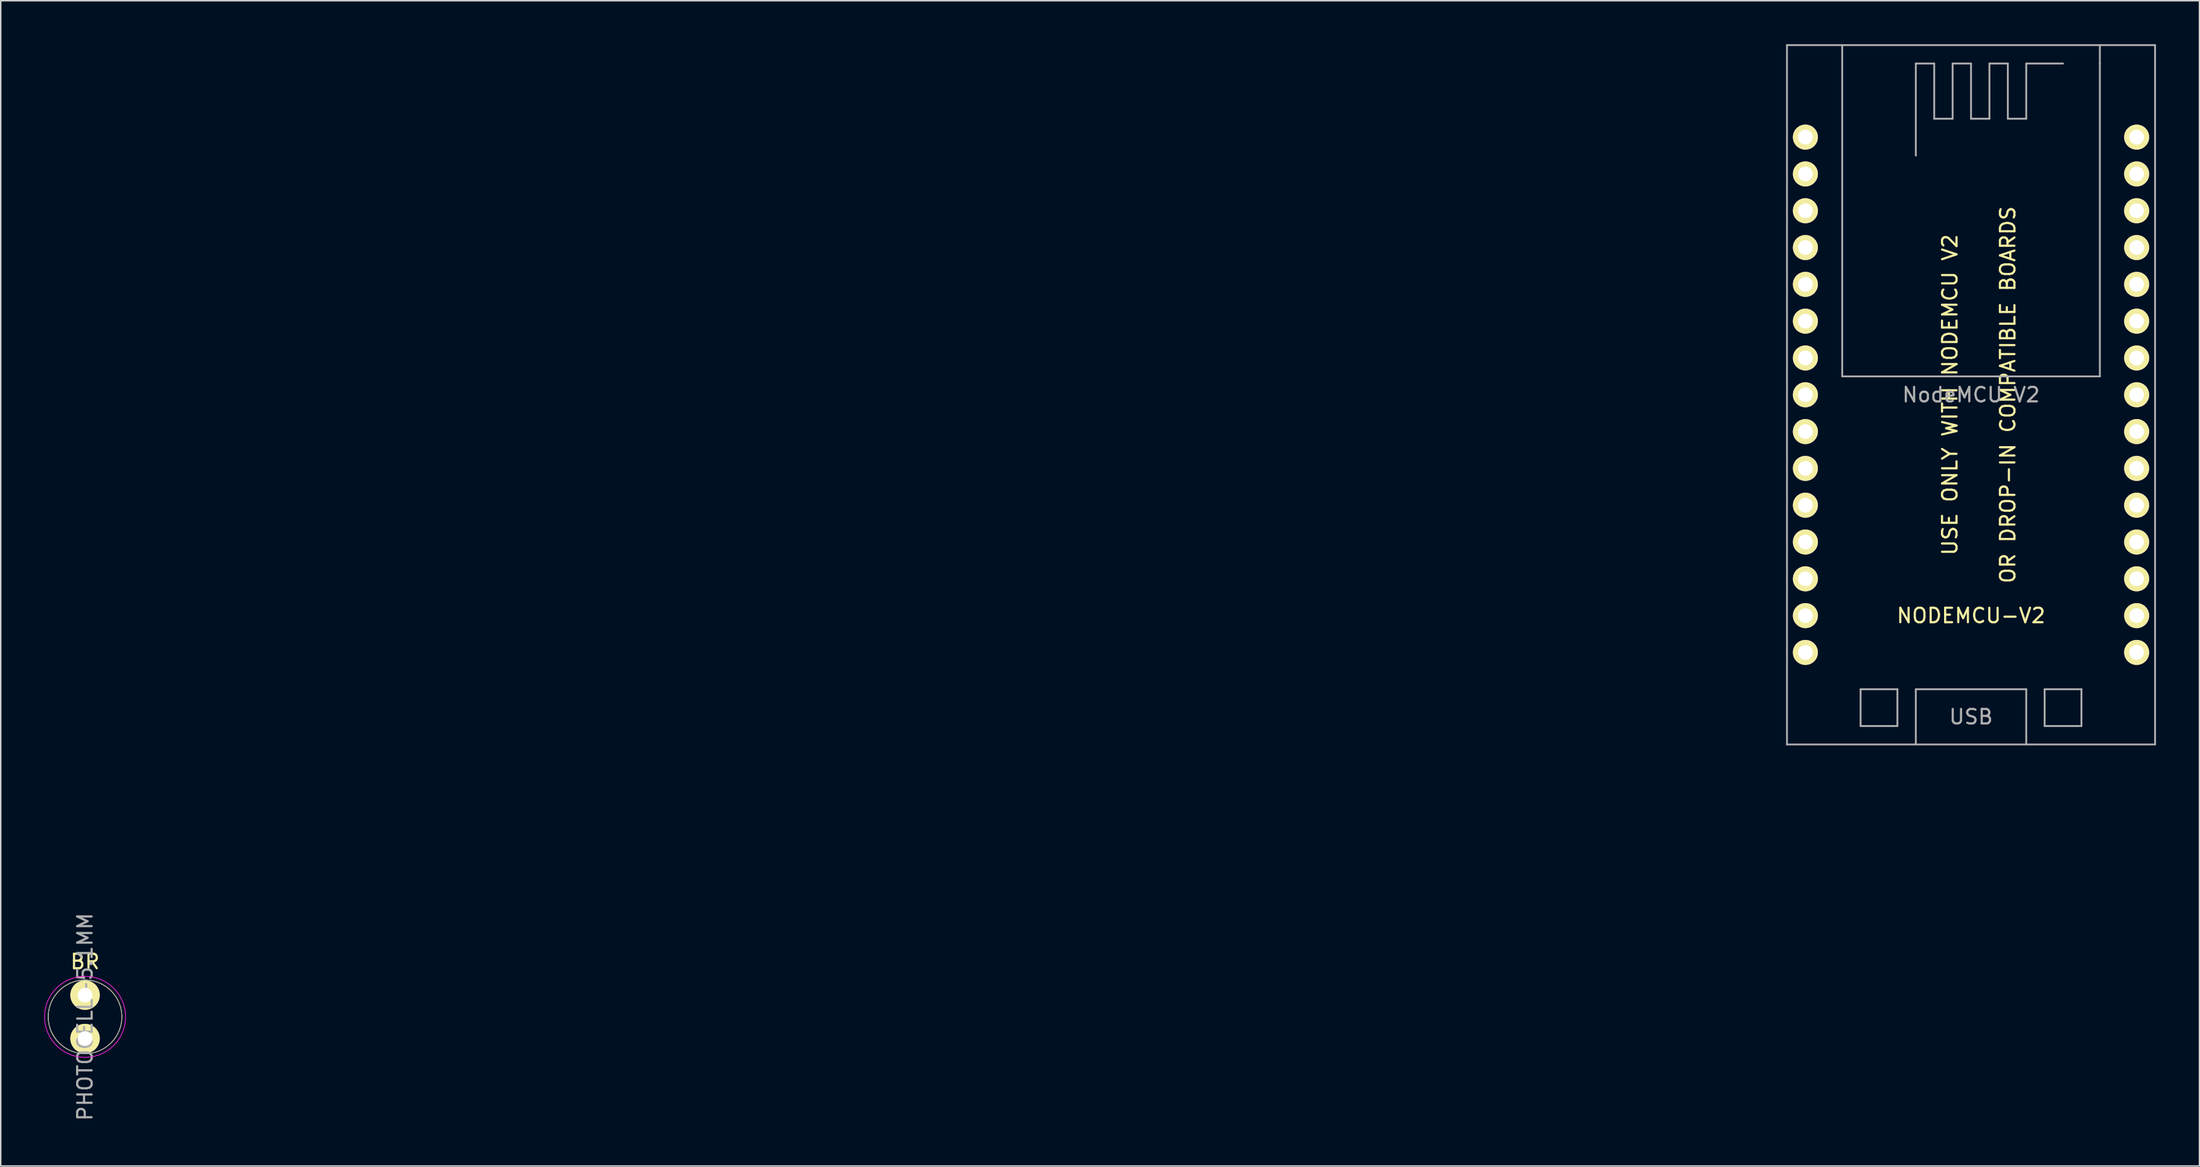
<source format=kicad_pcb>
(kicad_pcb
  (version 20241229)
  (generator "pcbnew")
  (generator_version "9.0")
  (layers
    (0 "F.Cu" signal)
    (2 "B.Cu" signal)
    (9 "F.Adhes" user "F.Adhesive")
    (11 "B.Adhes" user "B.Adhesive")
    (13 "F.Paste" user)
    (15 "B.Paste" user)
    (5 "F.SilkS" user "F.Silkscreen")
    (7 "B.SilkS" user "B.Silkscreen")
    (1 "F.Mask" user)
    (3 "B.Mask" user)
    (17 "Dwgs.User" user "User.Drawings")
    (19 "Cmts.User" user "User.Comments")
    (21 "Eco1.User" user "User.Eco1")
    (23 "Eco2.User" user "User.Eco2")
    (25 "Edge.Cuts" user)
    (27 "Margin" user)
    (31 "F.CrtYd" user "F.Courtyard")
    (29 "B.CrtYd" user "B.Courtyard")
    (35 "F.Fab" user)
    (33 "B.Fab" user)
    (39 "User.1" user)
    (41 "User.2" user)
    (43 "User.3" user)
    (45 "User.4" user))
  (footprint "PHOTOCELL-5.1MM"
    (layer "F.Cu")
    (at 2.819 67.12)
    (property "Reference" "PHOTOCELL-5.1MM" (at 0 0 90) (layer "F.Fab") (effects (font (size 1 1) (thickness 0.15))))
    (attr smd)
    (fp_circle (center 0 0) (end 2.54 0) (stroke (width 0.05) (type solid)) (fill no) (layer "F.SilkS"))
    (fp_circle (center 0 0) (end 2.794 0) (stroke (width 0.05) (type solid)) (fill no) (layer "F.CrtYd"))
    (fp_circle (center 0 0) (end 2.54 0) (stroke (width 0.05) (type solid)) (fill no) (layer "F.Fab"))
    (fp_text user "BR" (at 0 -3.81 0) (layer "F.SilkS") (effects (font (size 1 1) (thickness 0.15))))
    (pad "1" thru_hole circle (at 0 -1.5) (size 2.032 2.032) (drill 1.016) (layers "*.Cu" "*.Mask" "F.SilkS"))
    (pad "2" thru_hole oval (at 0 1.5) (size 2.032 2.032) (drill 1.016) (layers "*.Cu" "*.Mask" "F.SilkS")))
  (footprint "NODEMCU-V2"
    (layer "F.Cu")
    (at 0.25 56.578)
    (property "Reference" "NODEMCU-V2" (at 132.715 -17.145 0) (layer "F.SilkS") (effects (font (size 1 1) (thickness 0.15))))
    (attr through_hole)
    (fp_line (start 120.015 -56.515) (end 120.015 -8.255) (stroke (width 0.127) (type solid)) (layer "F.Fab"))
    (fp_line (start 120.015 -56.515) (end 145.415 -56.515) (stroke (width 0.127) (type solid)) (layer "F.Fab"))
    (fp_line (start 120.015 -8.255) (end 145.415 -8.255) (stroke (width 0.127) (type solid)) (layer "F.Fab"))
    (fp_line (start 123.825 -33.655) (end 123.825 -56.515) (stroke (width 0.127) (type solid)) (layer "F.Fab"))
    (fp_line (start 123.825 -33.655) (end 141.605 -33.655) (stroke (width 0.127) (type solid)) (layer "F.Fab"))
    (fp_line (start 125.095 -12.065) (end 125.095 -9.525) (stroke (width 0.127) (type solid)) (layer "F.Fab"))
    (fp_line (start 125.095 -9.525) (end 127.635 -9.525) (stroke (width 0.127) (type solid)) (layer "F.Fab"))
    (fp_line (start 127.635 -12.065) (end 125.095 -12.065) (stroke (width 0.127) (type solid)) (layer "F.Fab"))
    (fp_line (start 127.635 -9.525) (end 127.635 -12.065) (stroke (width 0.127) (type solid)) (layer "F.Fab"))
    (fp_line (start 128.905 -55.245) (end 130.175 -55.245) (stroke (width 0.127) (type solid)) (layer "F.Fab"))
    (fp_line (start 128.905 -48.895) (end 128.905 -55.245) (stroke (width 0.127) (type solid)) (layer "F.Fab"))
    (fp_line (start 128.905 -12.065) (end 136.525 -12.065) (stroke (width 0.127) (type solid)) (layer "F.Fab"))
    (fp_line (start 128.905 -8.255) (end 128.905 -12.065) (stroke (width 0.127) (type solid)) (layer "F.Fab"))
    (fp_line (start 130.175 -55.245) (end 130.175 -51.435) (stroke (width 0.127) (type solid)) (layer "F.Fab"))
    (fp_line (start 130.175 -51.435) (end 131.445 -51.435) (stroke (width 0.127) (type solid)) (layer "F.Fab"))
    (fp_line (start 131.445 -55.245) (end 132.715 -55.245) (stroke (width 0.127) (type solid)) (layer "F.Fab"))
    (fp_line (start 131.445 -51.435) (end 131.445 -55.245) (stroke (width 0.127) (type solid)) (layer "F.Fab"))
    (fp_line (start 132.715 -55.245) (end 132.715 -51.435) (stroke (width 0.127) (type solid)) (layer "F.Fab"))
    (fp_line (start 132.715 -51.435) (end 133.985 -51.435) (stroke (width 0.127) (type solid)) (layer "F.Fab"))
    (fp_line (start 133.985 -55.245) (end 135.255 -55.245) (stroke (width 0.127) (type solid)) (layer "F.Fab"))
    (fp_line (start 133.985 -51.435) (end 133.985 -55.245) (stroke (width 0.127) (type solid)) (layer "F.Fab"))
    (fp_line (start 135.255 -55.245) (end 135.255 -51.435) (stroke (width 0.127) (type solid)) (layer "F.Fab"))
    (fp_line (start 135.255 -51.435) (end 136.525 -51.435) (stroke (width 0.127) (type solid)) (layer "F.Fab"))
    (fp_line (start 136.525 -55.245) (end 137.795 -55.245) (stroke (width 0.127) (type solid)) (layer "F.Fab"))
    (fp_line (start 136.525 -51.435) (end 136.525 -55.245) (stroke (width 0.127) (type solid)) (layer "F.Fab"))
    (fp_line (start 136.525 -12.065) (end 136.525 -8.255) (stroke (width 0.127) (type solid)) (layer "F.Fab"))
    (fp_line (start 137.795 -55.245) (end 139.065 -55.245) (stroke (width 0.127) (type solid)) (layer "F.Fab"))
    (fp_line (start 137.795 -12.065) (end 137.795 -9.525) (stroke (width 0.127) (type solid)) (layer "F.Fab"))
    (fp_line (start 137.795 -9.525) (end 140.335 -9.525) (stroke (width 0.127) (type solid)) (layer "F.Fab"))
    (fp_line (start 140.335 -12.065) (end 137.795 -12.065) (stroke (width 0.127) (type solid)) (layer "F.Fab"))
    (fp_line (start 140.335 -9.525) (end 140.335 -12.065) (stroke (width 0.127) (type solid)) (layer "F.Fab"))
    (fp_line (start 141.605 -55.245) (end 141.605 -56.515) (stroke (width 0.127) (type solid)) (layer "F.Fab"))
    (fp_line (start 141.605 -33.655) (end 141.605 -55.245) (stroke (width 0.127) (type solid)) (layer "F.Fab"))
    (fp_line (start 145.415 -56.515) (end 145.415 -8.255) (stroke (width 0.127) (type solid)) (layer "F.Fab"))
    (fp_text user "USE ONLY WITH NODEMCU V2" (at 131.258 -32.385 90) (layer "F.SilkS") (effects (font (size 1 1) (thickness 0.15))))
    (fp_text user "OR DROP-IN COMPATIBLE BOARDS" (at 135.255 -32.385 270) (layer "F.SilkS") (effects (font (size 1 1) (thickness 0.15))))
    (fp_text user "USB" (at 132.715 -10.16 0) (layer "F.Fab") (effects (font (size 1 1) (thickness 0.15))))
    (fp_text user "NodeMCU V2" (at 132.715 -32.385 0) (layer "F.Fab") (effects (font (size 1 1) (thickness 0.15))))
    (pad "3V3" thru_hole circle (at 121.285 -24.765 180) (size 1.727 1.727) (drill 1.016) (layers "*.Cu" "*.Mask" "F.SilkS"))
    (pad "3V3" thru_hole circle (at 144.145 -37.465 180) (size 1.727 1.727) (drill 1.016) (layers "*.Cu" "*.Mask" "F.SilkS"))
    (pad "3V3" thru_hole circle (at 144.145 -14.605 180) (size 1.727 1.727) (drill 1.016) (layers "*.Cu" "*.Mask" "F.SilkS"))
    (pad "A0" thru_hole circle (at 121.285 -50.165 180) (size 1.727 1.727) (drill 1.016) (layers "*.Cu" "*.Mask" "F.SilkS"))
    (pad "CLK" thru_hole circle (at 121.285 -29.845 180) (size 1.727 1.727) (drill 1.016) (layers "*.Cu" "*.Mask" "F.SilkS"))
    (pad "CMD" thru_hole circle (at 121.285 -34.925 180) (size 1.727 1.727) (drill 1.016) (layers "*.Cu" "*.Mask" "F.SilkS"))
    (pad "D0" thru_hole circle (at 144.145 -50.165 180) (size 1.727 1.727) (drill 1.016) (layers "*.Cu" "*.Mask" "F.SilkS"))
    (pad "D1" thru_hole circle (at 144.145 -47.625 180) (size 1.727 1.727) (drill 1.016) (layers "*.Cu" "*.Mask" "F.SilkS"))
    (pad "D2" thru_hole circle (at 144.145 -45.085 180) (size 1.727 1.727) (drill 1.016) (layers "*.Cu" "*.Mask" "F.SilkS"))
    (pad "D3" thru_hole circle (at 144.145 -42.545 180) (size 1.727 1.727) (drill 1.016) (layers "*.Cu" "*.Mask" "F.SilkS"))
    (pad "D4" thru_hole circle (at 144.145 -40.005 180) (size 1.727 1.727) (drill 1.016) (layers "*.Cu" "*.Mask" "F.SilkS"))
    (pad "D5" thru_hole circle (at 144.145 -32.385 180) (size 1.727 1.727) (drill 1.016) (layers "*.Cu" "*.Mask" "F.SilkS"))
    (pad "D6" thru_hole circle (at 144.145 -29.845 180) (size 1.727 1.727) (drill 1.016) (layers "*.Cu" "*.Mask" "F.SilkS"))
    (pad "D7" thru_hole circle (at 144.145 -27.305 180) (size 1.727 1.727) (drill 1.016) (layers "*.Cu" "*.Mask" "F.SilkS"))
    (pad "D8" thru_hole circle (at 144.145 -24.765 180) (size 1.727 1.727) (drill 1.016) (layers "*.Cu" "*.Mask" "F.SilkS"))
    (pad "EN" thru_hole circle (at 121.285 -22.225 180) (size 1.727 1.727) (drill 1.016) (layers "*.Cu" "*.Mask" "F.SilkS"))
    (pad "GND" thru_hole circle (at 121.285 -27.305 180) (size 1.727 1.727) (drill 1.016) (layers "*.Cu" "*.Mask" "F.SilkS"))
    (pad "GND" thru_hole circle (at 121.285 -17.145 180) (size 1.727 1.727) (drill 1.016) (layers "*.Cu" "*.Mask" "F.SilkS"))
    (pad "GND" thru_hole circle (at 144.145 -34.925 180) (size 1.727 1.727) (drill 1.016) (layers "*.Cu" "*.Mask" "F.SilkS"))
    (pad "GND" thru_hole circle (at 144.145 -17.145 180) (size 1.727 1.727) (drill 1.016) (layers "*.Cu" "*.Mask" "F.SilkS"))
    (pad "RST" thru_hole circle (at 121.285 -19.685 180) (size 1.727 1.727) (drill 1.016) (layers "*.Cu" "*.Mask" "F.SilkS"))
    (pad "RSV" thru_hole circle (at 121.285 -47.625 180) (size 1.727 1.727) (drill 1.016) (layers "*.Cu" "*.Mask" "F.SilkS"))
    (pad "RSV" thru_hole circle (at 121.285 -45.085 180) (size 1.727 1.727) (drill 1.016) (layers "*.Cu" "*.Mask" "F.SilkS"))
    (pad "RX" thru_hole circle (at 144.145 -22.225 180) (size 1.727 1.727) (drill 1.016) (layers "*.Cu" "*.Mask" "F.SilkS"))
    (pad "SD0" thru_hole circle (at 121.285 -32.385 180) (size 1.727 1.727) (drill 1.016) (layers "*.Cu" "*.Mask" "F.SilkS"))
    (pad "SD1" thru_hole circle (at 121.285 -37.465 180) (size 1.727 1.727) (drill 1.016) (layers "*.Cu" "*.Mask" "F.SilkS"))
    (pad "SD2" thru_hole circle (at 121.285 -40.005 180) (size 1.727 1.727) (drill 1.016) (layers "*.Cu" "*.Mask" "F.SilkS"))
    (pad "SD3" thru_hole circle (at 121.285 -42.545 180) (size 1.727 1.727) (drill 1.016) (layers "*.Cu" "*.Mask" "F.SilkS"))
    (pad "TX" thru_hole circle (at 144.145 -19.685 180) (size 1.727 1.727) (drill 1.016) (layers "*.Cu" "*.Mask" "F.SilkS"))
    (pad "VIN" thru_hole circle (at 121.285 -14.605 180) (size 1.727 1.727) (drill 1.016) (layers "*.Cu" "*.Mask" "F.SilkS")))
  (gr_rect
    (start -3 -3)
    (end 148.728 77.412)
    (stroke (width 0.1) (type default))
    (fill no)
    (layer "Edge.Cuts")))
</source>
